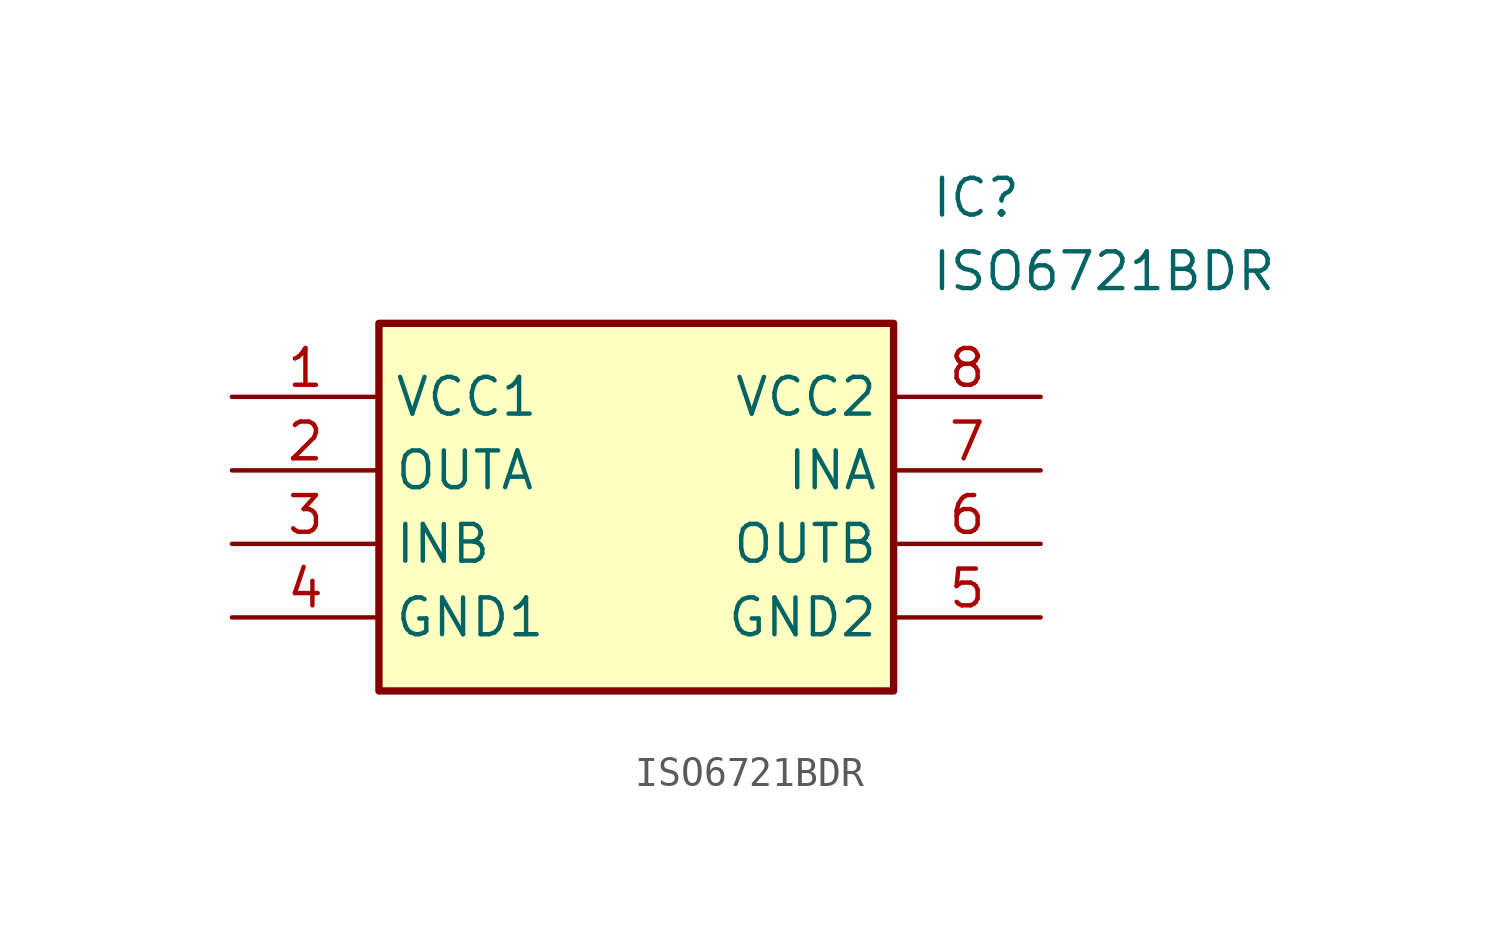
<source format=kicad_sym>
(kicad_symbol_lib
  (version 20211014)
  (generator SamacSys_ECAD_Model)
  (symbol "ISO6721BDR"
    (property "Reference" "IC"
      (at 24.13 7.62 0)
      (effects (font (size 1.27 1.27)) (justify left top)))
    (property "Value" "ISO6721BDR"
      (at 24.13 5.08 0)
      (effects (font (size 1.27 1.27)) (justify left top)))
    (rectangle
      (start 5.08 2.54)
      (end 22.86 -10.16)
      (stroke (width 0.254) (type default))
      (fill (type background)))
    (pin passive line
      (at 0 0 0)
      (length 5.08)
      (name "VCC1" (effects (font (size 1.27 1.27))))
      (number "1" (effects (font (size 1.27 1.27)))))
    (pin passive line
      (at 0 -2.54 0)
      (length 5.08)
      (name "OUTA" (effects (font (size 1.27 1.27))))
      (number "2" (effects (font (size 1.27 1.27)))))
    (pin passive line
      (at 0 -5.08 0)
      (length 5.08)
      (name "INB" (effects (font (size 1.27 1.27))))
      (number "3" (effects (font (size 1.27 1.27)))))
    (pin passive line
      (at 0 -7.62 0)
      (length 5.08)
      (name "GND1" (effects (font (size 1.27 1.27))))
      (number "4" (effects (font (size 1.27 1.27)))))
    (pin passive line
      (at 27.94 0 180)
      (length 5.08)
      (name "VCC2" (effects (font (size 1.27 1.27))))
      (number "8" (effects (font (size 1.27 1.27)))))
    (pin passive line
      (at 27.94 -2.54 180)
      (length 5.08)
      (name "INA" (effects (font (size 1.27 1.27))))
      (number "7" (effects (font (size 1.27 1.27)))))
    (pin passive line
      (at 27.94 -5.08 180)
      (length 5.08)
      (name "OUTB" (effects (font (size 1.27 1.27))))
      (number "6" (effects (font (size 1.27 1.27)))))
    (pin passive line
      (at 27.94 -7.62 180)
      (length 5.08)
      (name "GND2" (effects (font (size 1.27 1.27))))
      (number "5" (effects (font (size 1.27 1.27)))))))
</source>
